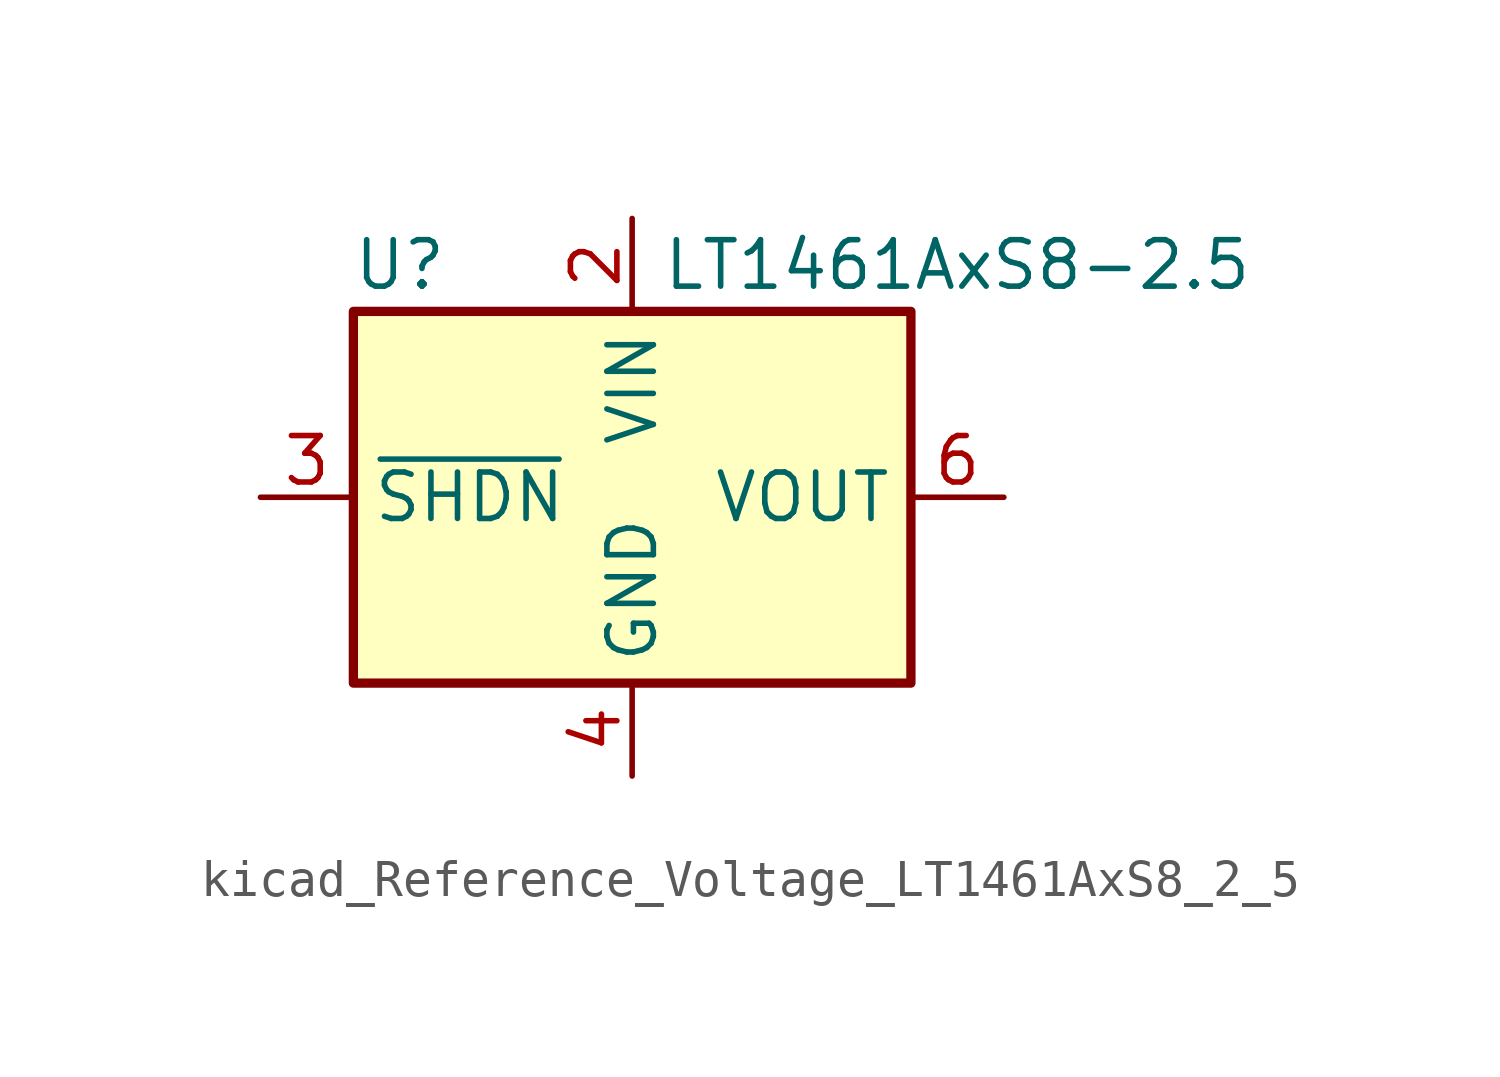
<source format=kicad_sym>
(kicad_symbol_lib
  (version 20220914)
  (generator kicad_symbol_editor)
  (symbol "kicad_Reference_Voltage_LT1461AxS8_2_5"
    (property "Reference" "U"
      (at -6.35 6.35 0)
      (effects (font (size 1.27 1.27))))
    (property "Value" "LT1461AxS8-2.5"
      (at 8.89 6.35 0)
      (effects (font (size 1.27 1.27))))
    (symbol "kicad_Reference_Voltage_LT1461AxS8_2_5_1_1"
      (rectangle (start -7.62 5.08) (end 7.62 -5.08) (stroke (width 0.254) (type default)) (fill (type background)))
      (pin no_connect line (at 7.62 -2.54 180) (length 2.54) hide (name "DNC" (effects (font (size 1.27 1.27)))) (number "1" (effects (font (size 1.27 1.27)))))
      (pin power_in line (at 0 7.62 270) (length 2.54) (name "VIN" (effects (font (size 1.27 1.27)))) (number "2" (effects (font (size 1.27 1.27)))))
      (pin input line (at -10.16 0 0) (length 2.54) (name "~{SHDN}" (effects (font (size 1.27 1.27)))) (number "3" (effects (font (size 1.27 1.27)))))
      (pin power_in line (at 0 -7.62 90) (length 2.54) (name "GND" (effects (font (size 1.27 1.27)))) (number "4" (effects (font (size 1.27 1.27)))))
      (pin no_connect line (at -7.62 -2.54 0) (length 2.54) hide (name "DNC" (effects (font (size 1.27 1.27)))) (number "5" (effects (font (size 1.27 1.27)))))
      (pin power_out line (at 10.16 0 180) (length 2.54) (name "VOUT" (effects (font (size 1.27 1.27)))) (number "6" (effects (font (size 1.27 1.27)))))
      (pin no_connect line (at -7.62 2.54 0) (length 2.54) hide (name "DNC" (effects (font (size 1.27 1.27)))) (number "7" (effects (font (size 1.27 1.27)))))
      (pin no_connect line (at 7.62 2.54 180) (length 2.54) hide (name "DNC" (effects (font (size 1.27 1.27)))) (number "8" (effects (font (size 1.27 1.27))))))))
</source>
